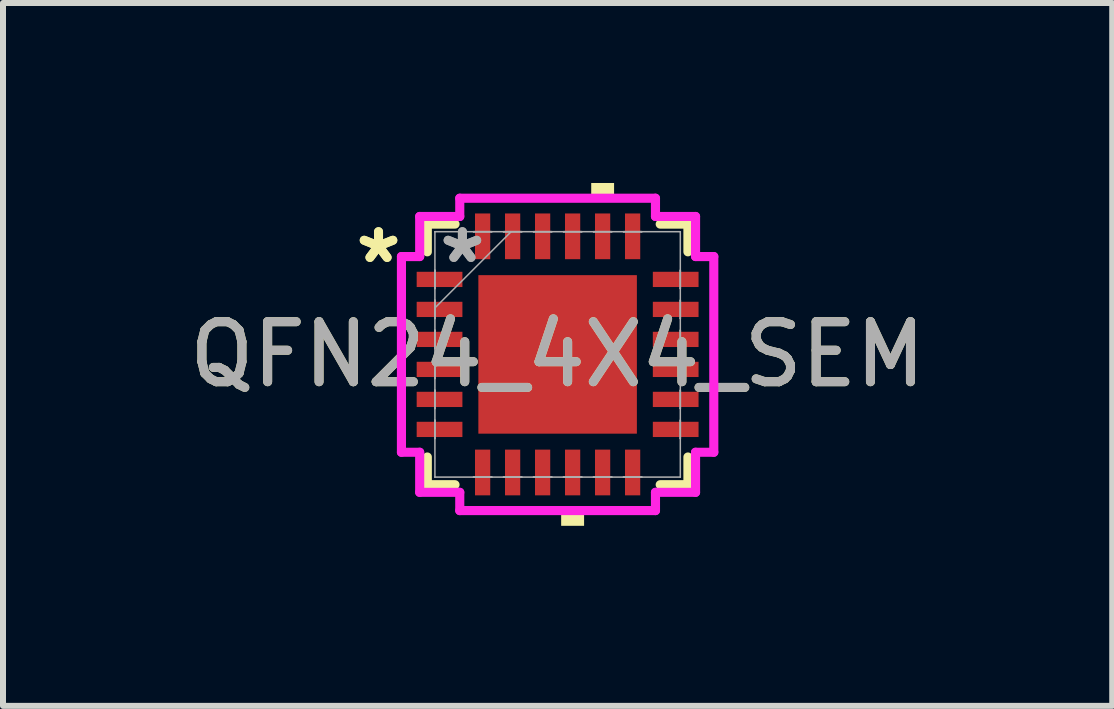
<source format=kicad_pcb>
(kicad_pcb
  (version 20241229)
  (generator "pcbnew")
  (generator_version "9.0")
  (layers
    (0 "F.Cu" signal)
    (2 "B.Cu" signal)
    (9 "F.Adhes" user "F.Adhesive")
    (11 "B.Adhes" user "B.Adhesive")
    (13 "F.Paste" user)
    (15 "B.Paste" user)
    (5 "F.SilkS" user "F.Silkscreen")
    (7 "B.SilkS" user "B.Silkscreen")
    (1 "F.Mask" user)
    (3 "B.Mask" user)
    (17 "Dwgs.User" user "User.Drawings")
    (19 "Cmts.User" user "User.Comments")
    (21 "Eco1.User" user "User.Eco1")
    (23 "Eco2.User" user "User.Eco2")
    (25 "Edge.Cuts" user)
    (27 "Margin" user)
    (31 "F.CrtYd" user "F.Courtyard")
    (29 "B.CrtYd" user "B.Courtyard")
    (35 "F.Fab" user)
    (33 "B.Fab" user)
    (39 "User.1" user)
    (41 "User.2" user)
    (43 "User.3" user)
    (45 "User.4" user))
  (footprint "QFN24_4X4_SEM"
    (layer "F.Cu")
    (at 6.244 2.857)
    (property "Reference" "QFN24_4X4_SEM" (at 0 0 0) (unlocked yes) (layer "F.SilkS") (effects (font (size 1 1) (thickness 0.15))))
    (attr smd)
    (fp_line (start -2.172 -2.172) (end -2.172 -1.71) (stroke (width 0.152) (type solid)) (layer "F.SilkS"))
    (fp_line (start -2.172 1.71) (end -2.172 2.172) (stroke (width 0.152) (type solid)) (layer "F.SilkS"))
    (fp_line (start -2.172 2.172) (end -1.71 2.172) (stroke (width 0.152) (type solid)) (layer "F.SilkS"))
    (fp_line (start -1.71 -2.172) (end -2.172 -2.172) (stroke (width 0.152) (type solid)) (layer "F.SilkS"))
    (fp_line (start 1.71 2.172) (end 2.172 2.172) (stroke (width 0.152) (type solid)) (layer "F.SilkS"))
    (fp_line (start 2.172 -2.172) (end 1.71 -2.172) (stroke (width 0.152) (type solid)) (layer "F.SilkS"))
    (fp_line (start 2.172 -1.71) (end 2.172 -2.172) (stroke (width 0.152) (type solid)) (layer "F.SilkS"))
    (fp_line (start 2.172 2.172) (end 2.172 1.71) (stroke (width 0.152) (type solid)) (layer "F.SilkS"))
    (fp_poly (pts (xy 0.059 2.603) (xy 0.059 2.857) (xy 0.441 2.857) (xy 0.441 2.603)) (stroke (width 0) (type solid)) (fill yes) (layer "F.SilkS"))
    (fp_poly (pts (xy 0.56 -2.603) (xy 0.56 -2.857) (xy 0.941 -2.857) (xy 0.941 -2.603)) (stroke (width 0) (type solid)) (fill yes) (layer "F.SilkS"))
    (fp_poly (pts (xy -1.221 -1.221) (xy -1.221 -0.1) (xy -0.1 -0.1) (xy -0.1 -1.221)) (stroke (width 0) (type solid)) (fill yes) (layer "F.Paste"))
    (fp_poly (pts (xy -1.221 0.1) (xy -1.221 1.221) (xy -0.1 1.221) (xy -0.1 0.1)) (stroke (width 0) (type solid)) (fill yes) (layer "F.Paste"))
    (fp_poly (pts (xy 0.1 -1.221) (xy 0.1 -0.1) (xy 1.221 -0.1) (xy 1.221 -1.221)) (stroke (width 0) (type solid)) (fill yes) (layer "F.Paste"))
    (fp_poly (pts (xy 0.1 0.1) (xy 0.1 1.221) (xy 1.221 1.221) (xy 1.221 0.1)) (stroke (width 0) (type solid)) (fill yes) (layer "F.Paste"))
    (fp_line (start -2.603 -1.631) (end -2.299 -1.631) (stroke (width 0.152) (type solid)) (layer "F.CrtYd"))
    (fp_line (start -2.603 1.631) (end -2.603 -1.631) (stroke (width 0.152) (type solid)) (layer "F.CrtYd"))
    (fp_line (start -2.299 -2.299) (end -1.631 -2.299) (stroke (width 0.152) (type solid)) (layer "F.CrtYd"))
    (fp_line (start -2.299 -1.631) (end -2.299 -2.299) (stroke (width 0.152) (type solid)) (layer "F.CrtYd"))
    (fp_line (start -2.299 1.631) (end -2.603 1.631) (stroke (width 0.152) (type solid)) (layer "F.CrtYd"))
    (fp_line (start -2.299 2.299) (end -2.299 1.631) (stroke (width 0.152) (type solid)) (layer "F.CrtYd"))
    (fp_line (start -1.631 -2.603) (end 1.631 -2.603) (stroke (width 0.152) (type solid)) (layer "F.CrtYd"))
    (fp_line (start -1.631 -2.299) (end -1.631 -2.603) (stroke (width 0.152) (type solid)) (layer "F.CrtYd"))
    (fp_line (start -1.631 2.299) (end -2.299 2.299) (stroke (width 0.152) (type solid)) (layer "F.CrtYd"))
    (fp_line (start -1.631 2.603) (end -1.631 2.299) (stroke (width 0.152) (type solid)) (layer "F.CrtYd"))
    (fp_line (start 1.631 -2.603) (end 1.631 -2.299) (stroke (width 0.152) (type solid)) (layer "F.CrtYd"))
    (fp_line (start 1.631 -2.299) (end 2.299 -2.299) (stroke (width 0.152) (type solid)) (layer "F.CrtYd"))
    (fp_line (start 1.631 2.299) (end 1.631 2.603) (stroke (width 0.152) (type solid)) (layer "F.CrtYd"))
    (fp_line (start 1.631 2.603) (end -1.631 2.603) (stroke (width 0.152) (type solid)) (layer "F.CrtYd"))
    (fp_line (start 2.299 -2.299) (end 2.299 -1.631) (stroke (width 0.152) (type solid)) (layer "F.CrtYd"))
    (fp_line (start 2.299 -1.631) (end 2.603 -1.631) (stroke (width 0.152) (type solid)) (layer "F.CrtYd"))
    (fp_line (start 2.299 1.631) (end 2.299 2.299) (stroke (width 0.152) (type solid)) (layer "F.CrtYd"))
    (fp_line (start 2.299 2.299) (end 1.631 2.299) (stroke (width 0.152) (type solid)) (layer "F.CrtYd"))
    (fp_line (start 2.603 -1.631) (end 2.603 1.631) (stroke (width 0.152) (type solid)) (layer "F.CrtYd"))
    (fp_line (start 2.603 1.631) (end 2.299 1.631) (stroke (width 0.152) (type solid)) (layer "F.CrtYd"))
    (fp_line (start -2.045 -2.045) (end -2.045 -2.045) (stroke (width 0.025) (type solid)) (layer "F.Fab"))
    (fp_line (start -2.045 -2.045) (end -2.045 2.045) (stroke (width 0.025) (type solid)) (layer "F.Fab"))
    (fp_line (start -2.045 -1.402) (end -2.045 -1.402) (stroke (width 0.025) (type solid)) (layer "F.Fab"))
    (fp_line (start -2.045 -1.402) (end -2.045 -1.098) (stroke (width 0.025) (type solid)) (layer "F.Fab"))
    (fp_line (start -2.045 -1.098) (end -2.045 -1.402) (stroke (width 0.025) (type solid)) (layer "F.Fab"))
    (fp_line (start -2.045 -1.098) (end -2.045 -1.098) (stroke (width 0.025) (type solid)) (layer "F.Fab"))
    (fp_line (start -2.045 -0.902) (end -2.045 -0.902) (stroke (width 0.025) (type solid)) (layer "F.Fab"))
    (fp_line (start -2.045 -0.902) (end -2.045 -0.598) (stroke (width 0.025) (type solid)) (layer "F.Fab"))
    (fp_line (start -2.045 -0.775) (end -0.775 -2.045) (stroke (width 0.025) (type solid)) (layer "F.Fab"))
    (fp_line (start -2.045 -0.598) (end -2.045 -0.902) (stroke (width 0.025) (type solid)) (layer "F.Fab"))
    (fp_line (start -2.045 -0.598) (end -2.045 -0.598) (stroke (width 0.025) (type solid)) (layer "F.Fab"))
    (fp_line (start -2.045 -0.402) (end -2.045 -0.402) (stroke (width 0.025) (type solid)) (layer "F.Fab"))
    (fp_line (start -2.045 -0.402) (end -2.045 -0.098) (stroke (width 0.025) (type solid)) (layer "F.Fab"))
    (fp_line (start -2.045 -0.098) (end -2.045 -0.402) (stroke (width 0.025) (type solid)) (layer "F.Fab"))
    (fp_line (start -2.045 -0.098) (end -2.045 -0.098) (stroke (width 0.025) (type solid)) (layer "F.Fab"))
    (fp_line (start -2.045 0.098) (end -2.045 0.098) (stroke (width 0.025) (type solid)) (layer "F.Fab"))
    (fp_line (start -2.045 0.098) (end -2.045 0.402) (stroke (width 0.025) (type solid)) (layer "F.Fab"))
    (fp_line (start -2.045 0.402) (end -2.045 0.098) (stroke (width 0.025) (type solid)) (layer "F.Fab"))
    (fp_line (start -2.045 0.402) (end -2.045 0.402) (stroke (width 0.025) (type solid)) (layer "F.Fab"))
    (fp_line (start -2.045 0.598) (end -2.045 0.598) (stroke (width 0.025) (type solid)) (layer "F.Fab"))
    (fp_line (start -2.045 0.598) (end -2.045 0.902) (stroke (width 0.025) (type solid)) (layer "F.Fab"))
    (fp_line (start -2.045 0.902) (end -2.045 0.598) (stroke (width 0.025) (type solid)) (layer "F.Fab"))
    (fp_line (start -2.045 0.902) (end -2.045 0.902) (stroke (width 0.025) (type solid)) (layer "F.Fab"))
    (fp_line (start -2.045 1.098) (end -2.045 1.098) (stroke (width 0.025) (type solid)) (layer "F.Fab"))
    (fp_line (start -2.045 1.098) (end -2.045 1.402) (stroke (width 0.025) (type solid)) (layer "F.Fab"))
    (fp_line (start -2.045 1.402) (end -2.045 1.098) (stroke (width 0.025) (type solid)) (layer "F.Fab"))
    (fp_line (start -2.045 1.402) (end -2.045 1.402) (stroke (width 0.025) (type solid)) (layer "F.Fab"))
    (fp_line (start -2.045 2.045) (end -2.045 2.045) (stroke (width 0.025) (type solid)) (layer "F.Fab"))
    (fp_line (start -2.045 2.045) (end 2.045 2.045) (stroke (width 0.025) (type solid)) (layer "F.Fab"))
    (fp_line (start -1.402 -2.045) (end -1.402 -2.045) (stroke (width 0.025) (type solid)) (layer "F.Fab"))
    (fp_line (start -1.402 -2.045) (end -1.098 -2.045) (stroke (width 0.025) (type solid)) (layer "F.Fab"))
    (fp_line (start -1.402 2.045) (end -1.402 2.045) (stroke (width 0.025) (type solid)) (layer "F.Fab"))
    (fp_line (start -1.402 2.045) (end -1.098 2.045) (stroke (width 0.025) (type solid)) (layer "F.Fab"))
    (fp_line (start -1.098 -2.045) (end -1.402 -2.045) (stroke (width 0.025) (type solid)) (layer "F.Fab"))
    (fp_line (start -1.098 -2.045) (end -1.098 -2.045) (stroke (width 0.025) (type solid)) (layer "F.Fab"))
    (fp_line (start -1.098 2.045) (end -1.402 2.045) (stroke (width 0.025) (type solid)) (layer "F.Fab"))
    (fp_line (start -1.098 2.045) (end -1.098 2.045) (stroke (width 0.025) (type solid)) (layer "F.Fab"))
    (fp_line (start -0.902 -2.045) (end -0.902 -2.045) (stroke (width 0.025) (type solid)) (layer "F.Fab"))
    (fp_line (start -0.902 -2.045) (end -0.598 -2.045) (stroke (width 0.025) (type solid)) (layer "F.Fab"))
    (fp_line (start -0.902 2.045) (end -0.902 2.045) (stroke (width 0.025) (type solid)) (layer "F.Fab"))
    (fp_line (start -0.902 2.045) (end -0.598 2.045) (stroke (width 0.025) (type solid)) (layer "F.Fab"))
    (fp_line (start -0.598 -2.045) (end -0.902 -2.045) (stroke (width 0.025) (type solid)) (layer "F.Fab"))
    (fp_line (start -0.598 -2.045) (end -0.598 -2.045) (stroke (width 0.025) (type solid)) (layer "F.Fab"))
    (fp_line (start -0.598 2.045) (end -0.902 2.045) (stroke (width 0.025) (type solid)) (layer "F.Fab"))
    (fp_line (start -0.598 2.045) (end -0.598 2.045) (stroke (width 0.025) (type solid)) (layer "F.Fab"))
    (fp_line (start -0.402 -2.045) (end -0.402 -2.045) (stroke (width 0.025) (type solid)) (layer "F.Fab"))
    (fp_line (start -0.402 -2.045) (end -0.098 -2.045) (stroke (width 0.025) (type solid)) (layer "F.Fab"))
    (fp_line (start -0.402 2.045) (end -0.402 2.045) (stroke (width 0.025) (type solid)) (layer "F.Fab"))
    (fp_line (start -0.402 2.045) (end -0.098 2.045) (stroke (width 0.025) (type solid)) (layer "F.Fab"))
    (fp_line (start -0.098 -2.045) (end -0.402 -2.045) (stroke (width 0.025) (type solid)) (layer "F.Fab"))
    (fp_line (start -0.098 -2.045) (end -0.098 -2.045) (stroke (width 0.025) (type solid)) (layer "F.Fab"))
    (fp_line (start -0.098 2.045) (end -0.402 2.045) (stroke (width 0.025) (type solid)) (layer "F.Fab"))
    (fp_line (start -0.098 2.045) (end -0.098 2.045) (stroke (width 0.025) (type solid)) (layer "F.Fab"))
    (fp_line (start 0.098 -2.045) (end 0.098 -2.045) (stroke (width 0.025) (type solid)) (layer "F.Fab"))
    (fp_line (start 0.098 -2.045) (end 0.402 -2.045) (stroke (width 0.025) (type solid)) (layer "F.Fab"))
    (fp_line (start 0.098 2.045) (end 0.098 2.045) (stroke (width 0.025) (type solid)) (layer "F.Fab"))
    (fp_line (start 0.098 2.045) (end 0.402 2.045) (stroke (width 0.025) (type solid)) (layer "F.Fab"))
    (fp_line (start 0.402 -2.045) (end 0.098 -2.045) (stroke (width 0.025) (type solid)) (layer "F.Fab"))
    (fp_line (start 0.402 -2.045) (end 0.402 -2.045) (stroke (width 0.025) (type solid)) (layer "F.Fab"))
    (fp_line (start 0.402 2.045) (end 0.098 2.045) (stroke (width 0.025) (type solid)) (layer "F.Fab"))
    (fp_line (start 0.402 2.045) (end 0.402 2.045) (stroke (width 0.025) (type solid)) (layer "F.Fab"))
    (fp_line (start 0.598 -2.045) (end 0.598 -2.045) (stroke (width 0.025) (type solid)) (layer "F.Fab"))
    (fp_line (start 0.598 -2.045) (end 0.902 -2.045) (stroke (width 0.025) (type solid)) (layer "F.Fab"))
    (fp_line (start 0.598 2.045) (end 0.598 2.045) (stroke (width 0.025) (type solid)) (layer "F.Fab"))
    (fp_line (start 0.598 2.045) (end 0.902 2.045) (stroke (width 0.025) (type solid)) (layer "F.Fab"))
    (fp_line (start 0.902 -2.045) (end 0.598 -2.045) (stroke (width 0.025) (type solid)) (layer "F.Fab"))
    (fp_line (start 0.902 -2.045) (end 0.902 -2.045) (stroke (width 0.025) (type solid)) (layer "F.Fab"))
    (fp_line (start 0.902 2.045) (end 0.598 2.045) (stroke (width 0.025) (type solid)) (layer "F.Fab"))
    (fp_line (start 0.902 2.045) (end 0.902 2.045) (stroke (width 0.025) (type solid)) (layer "F.Fab"))
    (fp_line (start 1.098 -2.045) (end 1.098 -2.045) (stroke (width 0.025) (type solid)) (layer "F.Fab"))
    (fp_line (start 1.098 -2.045) (end 1.402 -2.045) (stroke (width 0.025) (type solid)) (layer "F.Fab"))
    (fp_line (start 1.098 2.045) (end 1.098 2.045) (stroke (width 0.025) (type solid)) (layer "F.Fab"))
    (fp_line (start 1.098 2.045) (end 1.402 2.045) (stroke (width 0.025) (type solid)) (layer "F.Fab"))
    (fp_line (start 1.402 -2.045) (end 1.098 -2.045) (stroke (width 0.025) (type solid)) (layer "F.Fab"))
    (fp_line (start 1.402 -2.045) (end 1.402 -2.045) (stroke (width 0.025) (type solid)) (layer "F.Fab"))
    (fp_line (start 1.402 2.045) (end 1.098 2.045) (stroke (width 0.025) (type solid)) (layer "F.Fab"))
    (fp_line (start 1.402 2.045) (end 1.402 2.045) (stroke (width 0.025) (type solid)) (layer "F.Fab"))
    (fp_line (start 2.045 -2.045) (end -2.045 -2.045) (stroke (width 0.025) (type solid)) (layer "F.Fab"))
    (fp_line (start 2.045 -2.045) (end 2.045 -2.045) (stroke (width 0.025) (type solid)) (layer "F.Fab"))
    (fp_line (start 2.045 -1.402) (end 2.045 -1.402) (stroke (width 0.025) (type solid)) (layer "F.Fab"))
    (fp_line (start 2.045 -1.402) (end 2.045 -1.098) (stroke (width 0.025) (type solid)) (layer "F.Fab"))
    (fp_line (start 2.045 -1.098) (end 2.045 -1.402) (stroke (width 0.025) (type solid)) (layer "F.Fab"))
    (fp_line (start 2.045 -1.098) (end 2.045 -1.098) (stroke (width 0.025) (type solid)) (layer "F.Fab"))
    (fp_line (start 2.045 -0.902) (end 2.045 -0.902) (stroke (width 0.025) (type solid)) (layer "F.Fab"))
    (fp_line (start 2.045 -0.902) (end 2.045 -0.598) (stroke (width 0.025) (type solid)) (layer "F.Fab"))
    (fp_line (start 2.045 -0.598) (end 2.045 -0.902) (stroke (width 0.025) (type solid)) (layer "F.Fab"))
    (fp_line (start 2.045 -0.598) (end 2.045 -0.598) (stroke (width 0.025) (type solid)) (layer "F.Fab"))
    (fp_line (start 2.045 -0.402) (end 2.045 -0.402) (stroke (width 0.025) (type solid)) (layer "F.Fab"))
    (fp_line (start 2.045 -0.402) (end 2.045 -0.098) (stroke (width 0.025) (type solid)) (layer "F.Fab"))
    (fp_line (start 2.045 -0.098) (end 2.045 -0.402) (stroke (width 0.025) (type solid)) (layer "F.Fab"))
    (fp_line (start 2.045 -0.098) (end 2.045 -0.098) (stroke (width 0.025) (type solid)) (layer "F.Fab"))
    (fp_line (start 2.045 0.098) (end 2.045 0.098) (stroke (width 0.025) (type solid)) (layer "F.Fab"))
    (fp_line (start 2.045 0.098) (end 2.045 0.402) (stroke (width 0.025) (type solid)) (layer "F.Fab"))
    (fp_line (start 2.045 0.402) (end 2.045 0.098) (stroke (width 0.025) (type solid)) (layer "F.Fab"))
    (fp_line (start 2.045 0.402) (end 2.045 0.402) (stroke (width 0.025) (type solid)) (layer "F.Fab"))
    (fp_line (start 2.045 0.598) (end 2.045 0.598) (stroke (width 0.025) (type solid)) (layer "F.Fab"))
    (fp_line (start 2.045 0.598) (end 2.045 0.902) (stroke (width 0.025) (type solid)) (layer "F.Fab"))
    (fp_line (start 2.045 0.902) (end 2.045 0.598) (stroke (width 0.025) (type solid)) (layer "F.Fab"))
    (fp_line (start 2.045 0.902) (end 2.045 0.902) (stroke (width 0.025) (type solid)) (layer "F.Fab"))
    (fp_line (start 2.045 1.098) (end 2.045 1.098) (stroke (width 0.025) (type solid)) (layer "F.Fab"))
    (fp_line (start 2.045 1.098) (end 2.045 1.402) (stroke (width 0.025) (type solid)) (layer "F.Fab"))
    (fp_line (start 2.045 1.402) (end 2.045 1.098) (stroke (width 0.025) (type solid)) (layer "F.Fab"))
    (fp_line (start 2.045 1.402) (end 2.045 1.402) (stroke (width 0.025) (type solid)) (layer "F.Fab"))
    (fp_line (start 2.045 2.045) (end 2.045 -2.045) (stroke (width 0.025) (type solid)) (layer "F.Fab"))
    (fp_line (start 2.045 2.045) (end 2.045 2.045) (stroke (width 0.025) (type solid)) (layer "F.Fab"))
    (fp_text user "*" (at -2.985 -1.5 0) (layer "F.SilkS") (effects (font (size 1 1) (thickness 0.15))))
    (fp_text user "*" (at -2.985 -1.5 0) (unlocked yes) (layer "F.SilkS") (effects (font (size 1 1) (thickness 0.15))))
    (fp_text user "${REFERENCE}" (at 0 0 0) (unlocked yes) (layer "F.Fab") (effects (font (size 1 1) (thickness 0.15))))
    (fp_text user "*" (at -1.587 -1.5 0) (unlocked yes) (layer "F.Fab") (effects (font (size 1 1) (thickness 0.15))))
    (fp_text user "*" (at -1.587 -1.5 0) (layer "F.Fab") (effects (font (size 1 1) (thickness 0.15))))
    (pad "1" smd rect (at -1.968 -1.25 90) (size 0.254 0.762) (layers "F.Cu" "F.Mask" "F.Paste"))
    (pad "2" smd rect (at -1.968 -0.75 90) (size 0.254 0.762) (layers "F.Cu" "F.Mask" "F.Paste"))
    (pad "3" smd rect (at -1.968 -0.25 90) (size 0.254 0.762) (layers "F.Cu" "F.Mask" "F.Paste"))
    (pad "4" smd rect (at -1.968 0.25 90) (size 0.254 0.762) (layers "F.Cu" "F.Mask" "F.Paste"))
    (pad "5" smd rect (at -1.968 0.75 90) (size 0.254 0.762) (layers "F.Cu" "F.Mask" "F.Paste"))
    (pad "6" smd rect (at -1.968 1.25 90) (size 0.254 0.762) (layers "F.Cu" "F.Mask" "F.Paste"))
    (pad "7" smd rect (at -1.25 1.968) (size 0.254 0.762) (layers "F.Cu" "F.Mask" "F.Paste"))
    (pad "8" smd rect (at -0.75 1.968) (size 0.254 0.762) (layers "F.Cu" "F.Mask" "F.Paste"))
    (pad "9" smd rect (at -0.25 1.968) (size 0.254 0.762) (layers "F.Cu" "F.Mask" "F.Paste"))
    (pad "10" smd rect (at 0.25 1.968) (size 0.254 0.762) (layers "F.Cu" "F.Mask" "F.Paste"))
    (pad "11" smd rect (at 0.75 1.968) (size 0.254 0.762) (layers "F.Cu" "F.Mask" "F.Paste"))
    (pad "12" smd rect (at 1.25 1.968) (size 0.254 0.762) (layers "F.Cu" "F.Mask" "F.Paste"))
    (pad "13" smd rect (at 1.968 1.25 90) (size 0.254 0.762) (layers "F.Cu" "F.Mask" "F.Paste"))
    (pad "14" smd rect (at 1.968 0.75 90) (size 0.254 0.762) (layers "F.Cu" "F.Mask" "F.Paste"))
    (pad "15" smd rect (at 1.968 0.25 90) (size 0.254 0.762) (layers "F.Cu" "F.Mask" "F.Paste"))
    (pad "16" smd rect (at 1.968 -0.25 90) (size 0.254 0.762) (layers "F.Cu" "F.Mask" "F.Paste"))
    (pad "17" smd rect (at 1.968 -0.75 90) (size 0.254 0.762) (layers "F.Cu" "F.Mask" "F.Paste"))
    (pad "18" smd rect (at 1.968 -1.25 90) (size 0.254 0.762) (layers "F.Cu" "F.Mask" "F.Paste"))
    (pad "19" smd rect (at 1.25 -1.968) (size 0.254 0.762) (layers "F.Cu" "F.Mask" "F.Paste"))
    (pad "20" smd rect (at 0.75 -1.968) (size 0.254 0.762) (layers "F.Cu" "F.Mask" "F.Paste"))
    (pad "21" smd rect (at 0.25 -1.968) (size 0.254 0.762) (layers "F.Cu" "F.Mask" "F.Paste"))
    (pad "22" smd rect (at -0.25 -1.968) (size 0.254 0.762) (layers "F.Cu" "F.Mask" "F.Paste"))
    (pad "23" smd rect (at -0.75 -1.968) (size 0.254 0.762) (layers "F.Cu" "F.Mask" "F.Paste"))
    (pad "24" smd rect (at -1.25 -1.968) (size 0.254 0.762) (layers "F.Cu" "F.Mask" "F.Paste"))
    (pad "25" smd rect (at 0 0) (size 2.642 2.642) (layers "F.Cu" "F.Mask" "F.Paste")))
  (gr_rect
    (start -3 -3)
    (end 15.488 8.715)
    (stroke (width 0.1) (type default))
    (fill no)
    (layer "Edge.Cuts")))
</source>
